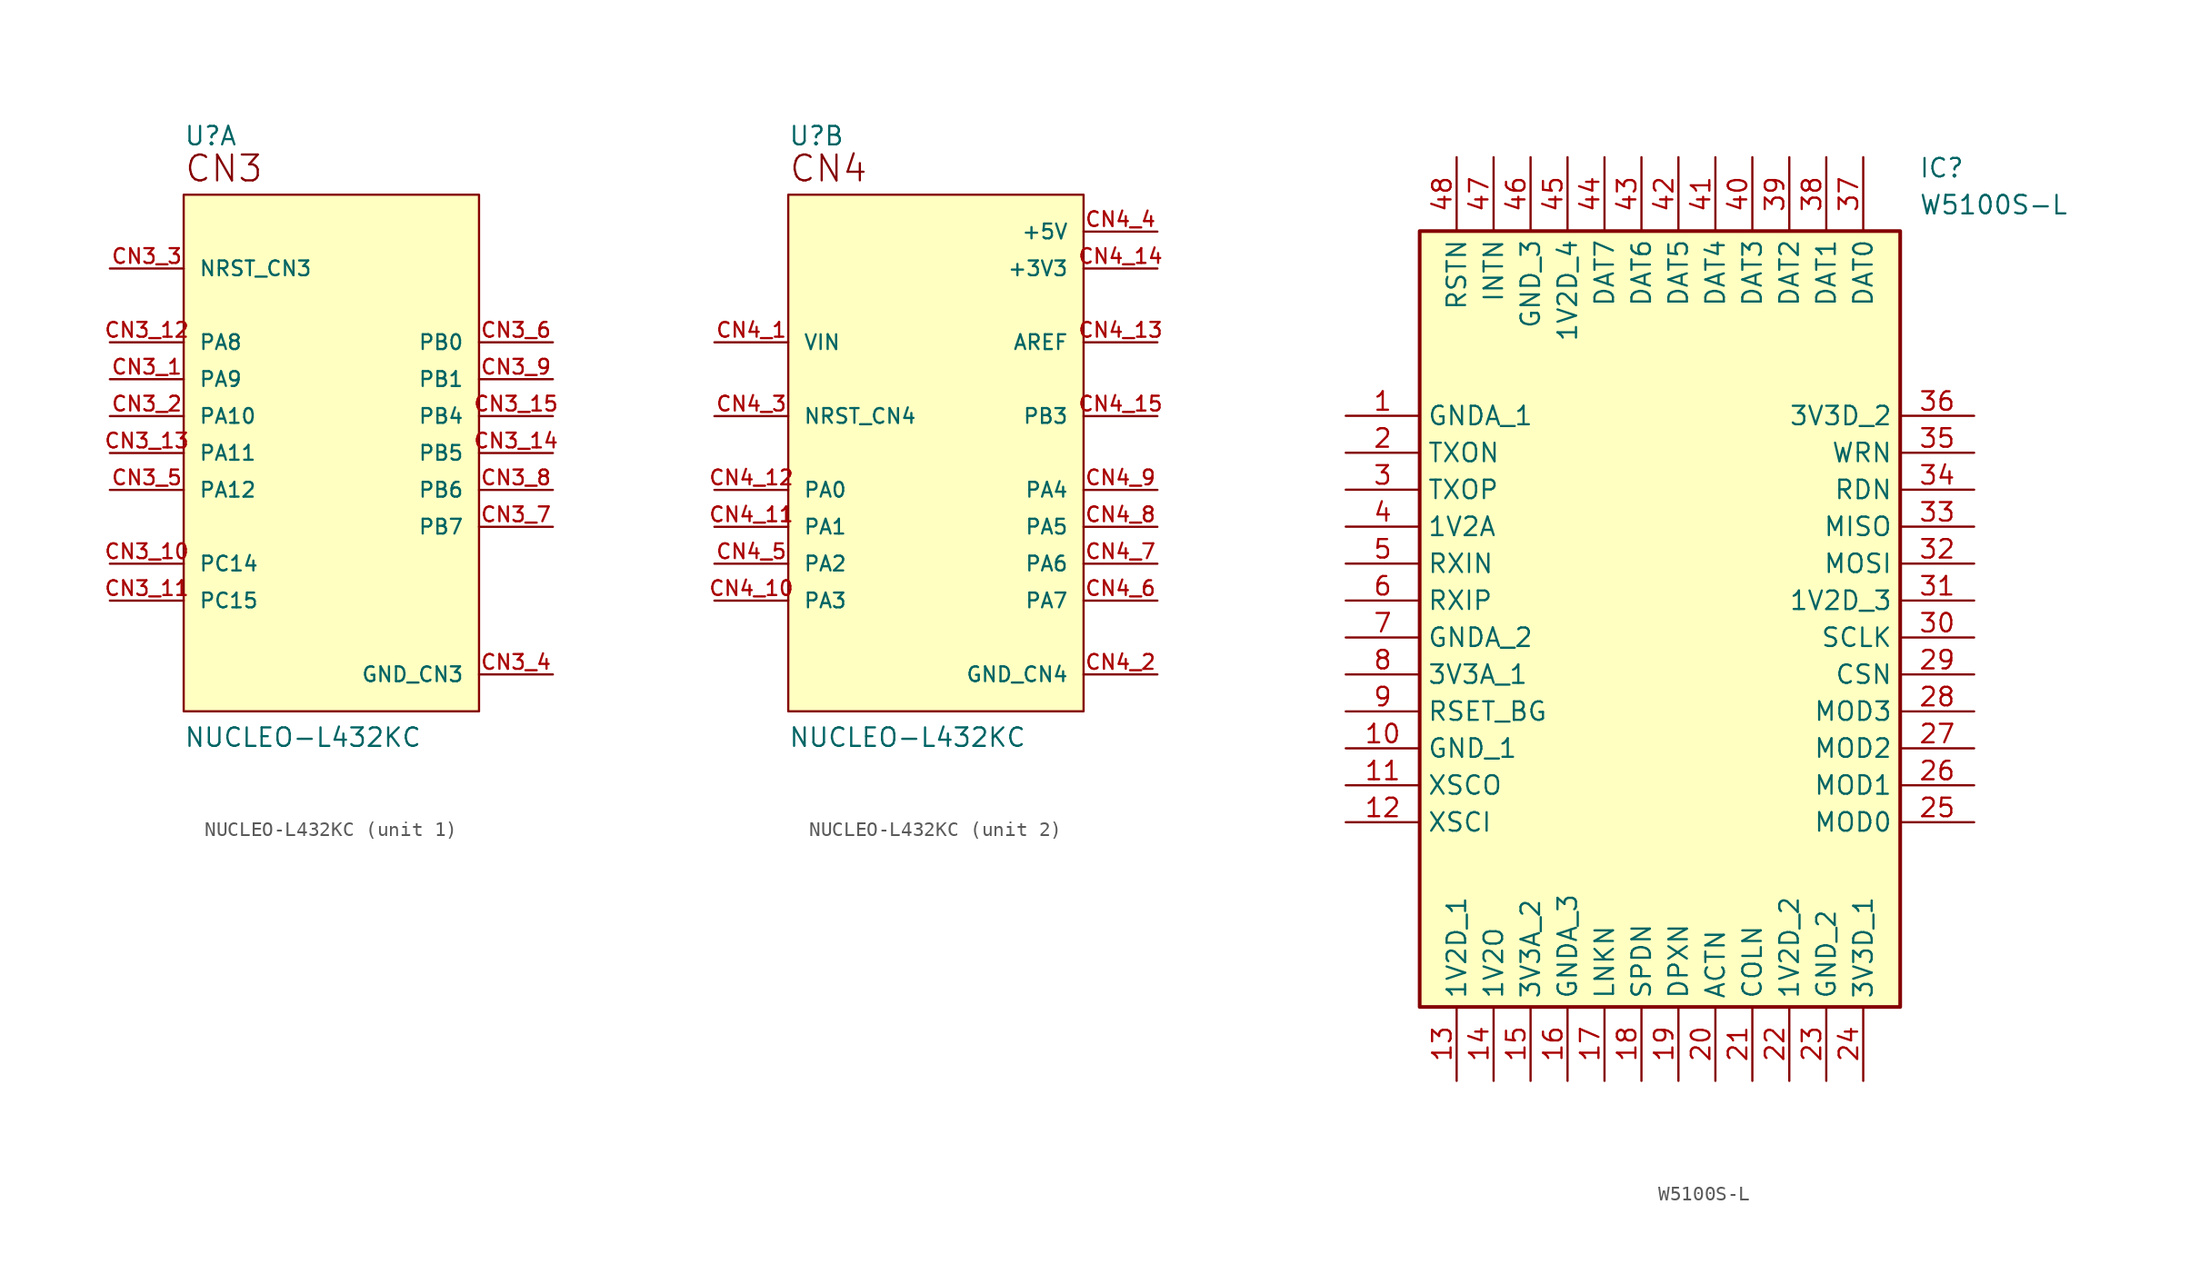
<source format=kicad_sym>
(kicad_symbol_lib
  (version 20231120)
  (generator "kicad_symbol_editor")
  (generator_version "8.0")
  (symbol "NUCLEO-L432KC"
    (pin_names
      (offset 1.016))
    (property "Reference" "U"
      (at -10.16 21.082 0)
      (effects (font (size 1.27 1.27)) (justify left bottom)))
    (property "Value" "NUCLEO-L432KC"
      (at -10.16 -20.32 0)
      (effects (font (size 1.27 1.27)) (justify left bottom)))
    (property "ki_locked" ""
      (at 0 0 0)
      (effects (font (size 1.27 1.27))))
    (symbol "NUCLEO-L432KC_1_0"
      (rectangle (start -10.16 -17.78) (end 10.16 17.78) (stroke (width 0.152) (type solid)) (fill (type background)))
      (text "CN3" (at -10.16 18.542 0) (effects (font (size 1.778 1.778)) (justify left bottom)))
      (pin bidirectional line (at -15.24 5.08 0) (length 5.08) (name "PA9" (effects (font (size 1.016 1.016)))) (number "CN3_1" (effects (font (size 1.016 1.016)))))
      (pin bidirectional line (at -15.24 -7.62 0) (length 5.08) (name "PC14" (effects (font (size 1.016 1.016)))) (number "CN3_10" (effects (font (size 1.016 1.016)))))
      (pin bidirectional line (at -15.24 -10.16 0) (length 5.08) (name "PC15" (effects (font (size 1.016 1.016)))) (number "CN3_11" (effects (font (size 1.016 1.016)))))
      (pin bidirectional line (at -15.24 7.62 0) (length 5.08) (name "PA8" (effects (font (size 1.016 1.016)))) (number "CN3_12" (effects (font (size 1.016 1.016)))))
      (pin bidirectional line (at -15.24 0 0) (length 5.08) (name "PA11" (effects (font (size 1.016 1.016)))) (number "CN3_13" (effects (font (size 1.016 1.016)))))
      (pin bidirectional line (at 15.24 0 180) (length 5.08) (name "PB5" (effects (font (size 1.016 1.016)))) (number "CN3_14" (effects (font (size 1.016 1.016)))))
      (pin bidirectional line (at 15.24 2.54 180) (length 5.08) (name "PB4" (effects (font (size 1.016 1.016)))) (number "CN3_15" (effects (font (size 1.016 1.016)))))
      (pin bidirectional line (at -15.24 2.54 0) (length 5.08) (name "PA10" (effects (font (size 1.016 1.016)))) (number "CN3_2" (effects (font (size 1.016 1.016)))))
      (pin bidirectional line (at -15.24 12.7 0) (length 5.08) (name "NRST_CN3" (effects (font (size 1.016 1.016)))) (number "CN3_3" (effects (font (size 1.016 1.016)))))
      (pin power_in line (at 15.24 -15.24 180) (length 5.08) (name "GND_CN3" (effects (font (size 1.016 1.016)))) (number "CN3_4" (effects (font (size 1.016 1.016)))))
      (pin bidirectional line (at -15.24 -2.54 0) (length 5.08) (name "PA12" (effects (font (size 1.016 1.016)))) (number "CN3_5" (effects (font (size 1.016 1.016)))))
      (pin bidirectional line (at 15.24 7.62 180) (length 5.08) (name "PB0" (effects (font (size 1.016 1.016)))) (number "CN3_6" (effects (font (size 1.016 1.016)))))
      (pin bidirectional line (at 15.24 -5.08 180) (length 5.08) (name "PB7" (effects (font (size 1.016 1.016)))) (number "CN3_7" (effects (font (size 1.016 1.016)))))
      (pin bidirectional line (at 15.24 -2.54 180) (length 5.08) (name "PB6" (effects (font (size 1.016 1.016)))) (number "CN3_8" (effects (font (size 1.016 1.016)))))
      (pin bidirectional line (at 15.24 5.08 180) (length 5.08) (name "PB1" (effects (font (size 1.016 1.016)))) (number "CN3_9" (effects (font (size 1.016 1.016))))))
    (symbol "NUCLEO-L432KC_2_0"
      (rectangle (start -10.16 -17.78) (end 10.16 17.78) (stroke (width 0.152) (type solid)) (fill (type background)))
      (text "CN4" (at -10.16 18.542 0) (effects (font (size 1.778 1.778)) (justify left bottom)))
      (pin input line (at -15.24 7.62 0) (length 5.08) (name "VIN" (effects (font (size 1.016 1.016)))) (number "CN4_1" (effects (font (size 1.016 1.016)))))
      (pin bidirectional line (at -15.24 -10.16 0) (length 5.08) (name "PA3" (effects (font (size 1.016 1.016)))) (number "CN4_10" (effects (font (size 1.016 1.016)))))
      (pin bidirectional line (at -15.24 -5.08 0) (length 5.08) (name "PA1" (effects (font (size 1.016 1.016)))) (number "CN4_11" (effects (font (size 1.016 1.016)))))
      (pin bidirectional line (at -15.24 -2.54 0) (length 5.08) (name "PA0" (effects (font (size 1.016 1.016)))) (number "CN4_12" (effects (font (size 1.016 1.016)))))
      (pin bidirectional line (at 15.24 7.62 180) (length 5.08) (name "AREF" (effects (font (size 1.016 1.016)))) (number "CN4_13" (effects (font (size 1.016 1.016)))))
      (pin power_in line (at 15.24 12.7 180) (length 5.08) (name "+3V3" (effects (font (size 1.016 1.016)))) (number "CN4_14" (effects (font (size 1.016 1.016)))))
      (pin bidirectional line (at 15.24 2.54 180) (length 5.08) (name "PB3" (effects (font (size 1.016 1.016)))) (number "CN4_15" (effects (font (size 1.016 1.016)))))
      (pin power_in line (at 15.24 -15.24 180) (length 5.08) (name "GND_CN4" (effects (font (size 1.016 1.016)))) (number "CN4_2" (effects (font (size 1.016 1.016)))))
      (pin bidirectional line (at -15.24 2.54 0) (length 5.08) (name "NRST_CN4" (effects (font (size 1.016 1.016)))) (number "CN4_3" (effects (font (size 1.016 1.016)))))
      (pin power_in line (at 15.24 15.24 180) (length 5.08) (name "+5V" (effects (font (size 1.016 1.016)))) (number "CN4_4" (effects (font (size 1.016 1.016)))))
      (pin bidirectional line (at -15.24 -7.62 0) (length 5.08) (name "PA2" (effects (font (size 1.016 1.016)))) (number "CN4_5" (effects (font (size 1.016 1.016)))))
      (pin bidirectional line (at 15.24 -10.16 180) (length 5.08) (name "PA7" (effects (font (size 1.016 1.016)))) (number "CN4_6" (effects (font (size 1.016 1.016)))))
      (pin bidirectional line (at 15.24 -7.62 180) (length 5.08) (name "PA6" (effects (font (size 1.016 1.016)))) (number "CN4_7" (effects (font (size 1.016 1.016)))))
      (pin bidirectional line (at 15.24 -5.08 180) (length 5.08) (name "PA5" (effects (font (size 1.016 1.016)))) (number "CN4_8" (effects (font (size 1.016 1.016)))))
      (pin bidirectional line (at 15.24 -2.54 180) (length 5.08) (name "PA4" (effects (font (size 1.016 1.016)))) (number "CN4_9" (effects (font (size 1.016 1.016)))))))
  (symbol "W5100S-L"
    (property "Reference" "IC"
      (at 39.37 17.78 0)
      (effects (font (size 1.27 1.27)) (justify left top)))
    (property "Value" "W5100S-L"
      (at 39.37 15.24 0)
      (effects (font (size 1.27 1.27)) (justify left top)))
    (symbol "W5100S-L_1_1"
      (rectangle (start 5.08 12.7) (end 38.1 -40.64) (stroke (width 0.254) (type default)) (fill (type background)))
      (pin passive line (at 0 0 0) (length 5.08) (name "GNDA_1" (effects (font (size 1.27 1.27)))) (number "1" (effects (font (size 1.27 1.27)))))
      (pin passive line (at 0 -22.86 0) (length 5.08) (name "GND_1" (effects (font (size 1.27 1.27)))) (number "10" (effects (font (size 1.27 1.27)))))
      (pin passive line (at 0 -25.4 0) (length 5.08) (name "XSCO" (effects (font (size 1.27 1.27)))) (number "11" (effects (font (size 1.27 1.27)))))
      (pin passive line (at 0 -27.94 0) (length 5.08) (name "XSCI" (effects (font (size 1.27 1.27)))) (number "12" (effects (font (size 1.27 1.27)))))
      (pin passive line (at 7.62 -45.72 90) (length 5.08) (name "1V2D_1" (effects (font (size 1.27 1.27)))) (number "13" (effects (font (size 1.27 1.27)))))
      (pin passive line (at 10.16 -45.72 90) (length 5.08) (name "1V2O" (effects (font (size 1.27 1.27)))) (number "14" (effects (font (size 1.27 1.27)))))
      (pin passive line (at 12.7 -45.72 90) (length 5.08) (name "3V3A_2" (effects (font (size 1.27 1.27)))) (number "15" (effects (font (size 1.27 1.27)))))
      (pin passive line (at 15.24 -45.72 90) (length 5.08) (name "GNDA_3" (effects (font (size 1.27 1.27)))) (number "16" (effects (font (size 1.27 1.27)))))
      (pin passive line (at 17.78 -45.72 90) (length 5.08) (name "LNKN" (effects (font (size 1.27 1.27)))) (number "17" (effects (font (size 1.27 1.27)))))
      (pin passive line (at 20.32 -45.72 90) (length 5.08) (name "SPDN" (effects (font (size 1.27 1.27)))) (number "18" (effects (font (size 1.27 1.27)))))
      (pin passive line (at 22.86 -45.72 90) (length 5.08) (name "DPXN" (effects (font (size 1.27 1.27)))) (number "19" (effects (font (size 1.27 1.27)))))
      (pin passive line (at 0 -2.54 0) (length 5.08) (name "TXON" (effects (font (size 1.27 1.27)))) (number "2" (effects (font (size 1.27 1.27)))))
      (pin passive line (at 25.4 -45.72 90) (length 5.08) (name "ACTN" (effects (font (size 1.27 1.27)))) (number "20" (effects (font (size 1.27 1.27)))))
      (pin passive line (at 27.94 -45.72 90) (length 5.08) (name "COLN" (effects (font (size 1.27 1.27)))) (number "21" (effects (font (size 1.27 1.27)))))
      (pin passive line (at 30.48 -45.72 90) (length 5.08) (name "1V2D_2" (effects (font (size 1.27 1.27)))) (number "22" (effects (font (size 1.27 1.27)))))
      (pin passive line (at 33.02 -45.72 90) (length 5.08) (name "GND_2" (effects (font (size 1.27 1.27)))) (number "23" (effects (font (size 1.27 1.27)))))
      (pin passive line (at 35.56 -45.72 90) (length 5.08) (name "3V3D_1" (effects (font (size 1.27 1.27)))) (number "24" (effects (font (size 1.27 1.27)))))
      (pin passive line (at 43.18 -27.94 180) (length 5.08) (name "MOD0" (effects (font (size 1.27 1.27)))) (number "25" (effects (font (size 1.27 1.27)))))
      (pin passive line (at 43.18 -25.4 180) (length 5.08) (name "MOD1" (effects (font (size 1.27 1.27)))) (number "26" (effects (font (size 1.27 1.27)))))
      (pin passive line (at 43.18 -22.86 180) (length 5.08) (name "MOD2" (effects (font (size 1.27 1.27)))) (number "27" (effects (font (size 1.27 1.27)))))
      (pin passive line (at 43.18 -20.32 180) (length 5.08) (name "MOD3" (effects (font (size 1.27 1.27)))) (number "28" (effects (font (size 1.27 1.27)))))
      (pin passive line (at 43.18 -17.78 180) (length 5.08) (name "CSN" (effects (font (size 1.27 1.27)))) (number "29" (effects (font (size 1.27 1.27)))))
      (pin passive line (at 0 -5.08 0) (length 5.08) (name "TXOP" (effects (font (size 1.27 1.27)))) (number "3" (effects (font (size 1.27 1.27)))))
      (pin passive line (at 43.18 -15.24 180) (length 5.08) (name "SCLK" (effects (font (size 1.27 1.27)))) (number "30" (effects (font (size 1.27 1.27)))))
      (pin passive line (at 43.18 -12.7 180) (length 5.08) (name "1V2D_3" (effects (font (size 1.27 1.27)))) (number "31" (effects (font (size 1.27 1.27)))))
      (pin passive line (at 43.18 -10.16 180) (length 5.08) (name "MOSI" (effects (font (size 1.27 1.27)))) (number "32" (effects (font (size 1.27 1.27)))))
      (pin passive line (at 43.18 -7.62 180) (length 5.08) (name "MISO" (effects (font (size 1.27 1.27)))) (number "33" (effects (font (size 1.27 1.27)))))
      (pin passive line (at 43.18 -5.08 180) (length 5.08) (name "RDN" (effects (font (size 1.27 1.27)))) (number "34" (effects (font (size 1.27 1.27)))))
      (pin passive line (at 43.18 -2.54 180) (length 5.08) (name "WRN" (effects (font (size 1.27 1.27)))) (number "35" (effects (font (size 1.27 1.27)))))
      (pin passive line (at 43.18 0 180) (length 5.08) (name "3V3D_2" (effects (font (size 1.27 1.27)))) (number "36" (effects (font (size 1.27 1.27)))))
      (pin passive line (at 35.56 17.78 270) (length 5.08) (name "DAT0" (effects (font (size 1.27 1.27)))) (number "37" (effects (font (size 1.27 1.27)))))
      (pin passive line (at 33.02 17.78 270) (length 5.08) (name "DAT1" (effects (font (size 1.27 1.27)))) (number "38" (effects (font (size 1.27 1.27)))))
      (pin passive line (at 30.48 17.78 270) (length 5.08) (name "DAT2" (effects (font (size 1.27 1.27)))) (number "39" (effects (font (size 1.27 1.27)))))
      (pin passive line (at 0 -7.62 0) (length 5.08) (name "1V2A" (effects (font (size 1.27 1.27)))) (number "4" (effects (font (size 1.27 1.27)))))
      (pin passive line (at 27.94 17.78 270) (length 5.08) (name "DAT3" (effects (font (size 1.27 1.27)))) (number "40" (effects (font (size 1.27 1.27)))))
      (pin passive line (at 25.4 17.78 270) (length 5.08) (name "DAT4" (effects (font (size 1.27 1.27)))) (number "41" (effects (font (size 1.27 1.27)))))
      (pin passive line (at 22.86 17.78 270) (length 5.08) (name "DAT5" (effects (font (size 1.27 1.27)))) (number "42" (effects (font (size 1.27 1.27)))))
      (pin passive line (at 20.32 17.78 270) (length 5.08) (name "DAT6" (effects (font (size 1.27 1.27)))) (number "43" (effects (font (size 1.27 1.27)))))
      (pin passive line (at 17.78 17.78 270) (length 5.08) (name "DAT7" (effects (font (size 1.27 1.27)))) (number "44" (effects (font (size 1.27 1.27)))))
      (pin passive line (at 15.24 17.78 270) (length 5.08) (name "1V2D_4" (effects (font (size 1.27 1.27)))) (number "45" (effects (font (size 1.27 1.27)))))
      (pin passive line (at 12.7 17.78 270) (length 5.08) (name "GND_3" (effects (font (size 1.27 1.27)))) (number "46" (effects (font (size 1.27 1.27)))))
      (pin passive line (at 10.16 17.78 270) (length 5.08) (name "INTN" (effects (font (size 1.27 1.27)))) (number "47" (effects (font (size 1.27 1.27)))))
      (pin passive line (at 7.62 17.78 270) (length 5.08) (name "RSTN" (effects (font (size 1.27 1.27)))) (number "48" (effects (font (size 1.27 1.27)))))
      (pin passive line (at 0 -10.16 0) (length 5.08) (name "RXIN" (effects (font (size 1.27 1.27)))) (number "5" (effects (font (size 1.27 1.27)))))
      (pin passive line (at 0 -12.7 0) (length 5.08) (name "RXIP" (effects (font (size 1.27 1.27)))) (number "6" (effects (font (size 1.27 1.27)))))
      (pin passive line (at 0 -15.24 0) (length 5.08) (name "GNDA_2" (effects (font (size 1.27 1.27)))) (number "7" (effects (font (size 1.27 1.27)))))
      (pin passive line (at 0 -17.78 0) (length 5.08) (name "3V3A_1" (effects (font (size 1.27 1.27)))) (number "8" (effects (font (size 1.27 1.27)))))
      (pin passive line (at 0 -20.32 0) (length 5.08) (name "RSET_BG" (effects (font (size 1.27 1.27)))) (number "9" (effects (font (size 1.27 1.27))))))))
</source>
